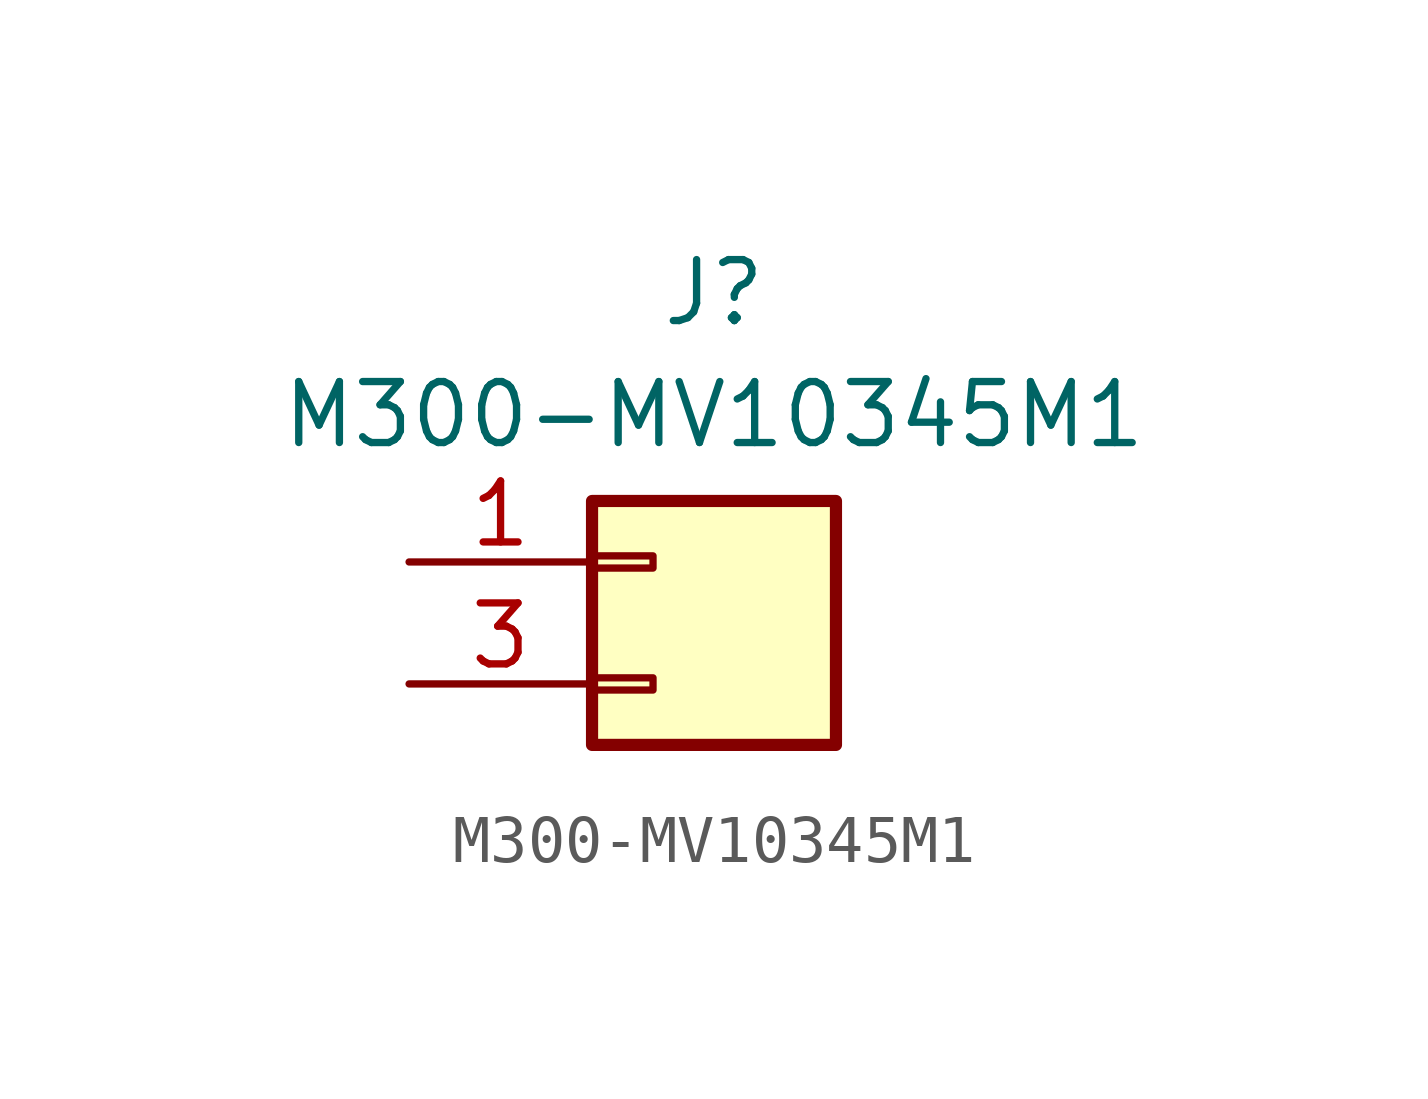
<source format=kicad_sym>
(kicad_symbol_lib
  (version 20220914)
  (generator kicad_symbol_editor)
  (symbol "M300-MV10345M1"
    (property "Reference" "J"
      (at 0 7.62 0)
      (effects (font (size 1.27 1.27)) (justify top)))
    (property "Value" "M300-MV10345M1"
      (at 0 5.08 0)
      (effects (font (size 1.27 1.27)) (justify top)))
    (symbol "M300-MV10345M1_1_1"
      (rectangle (start -2.54 -2.54) (end 2.54 2.54) (stroke (width 0.254) (type default)) (fill (type background)))
      (rectangle (start -1.27 -1.397) (end -2.54 -1.143) (stroke (width 0.152) (type default)) (fill (type none)))
      (rectangle (start -1.27 1.143) (end -2.54 1.397) (stroke (width 0.152) (type default)) (fill (type none)))
      (pin passive line (at -6.35 1.27 0) (length 3.81) (name "" (effects (font (size 1.27 1.27)))) (number "1" (effects (font (size 1.27 1.27)))))
      (pin passive line (at -6.35 -1.27 0) (length 3.81) (name "" (effects (font (size 1.27 1.27)))) (number "3" (effects (font (size 1.27 1.27))))))))
</source>
